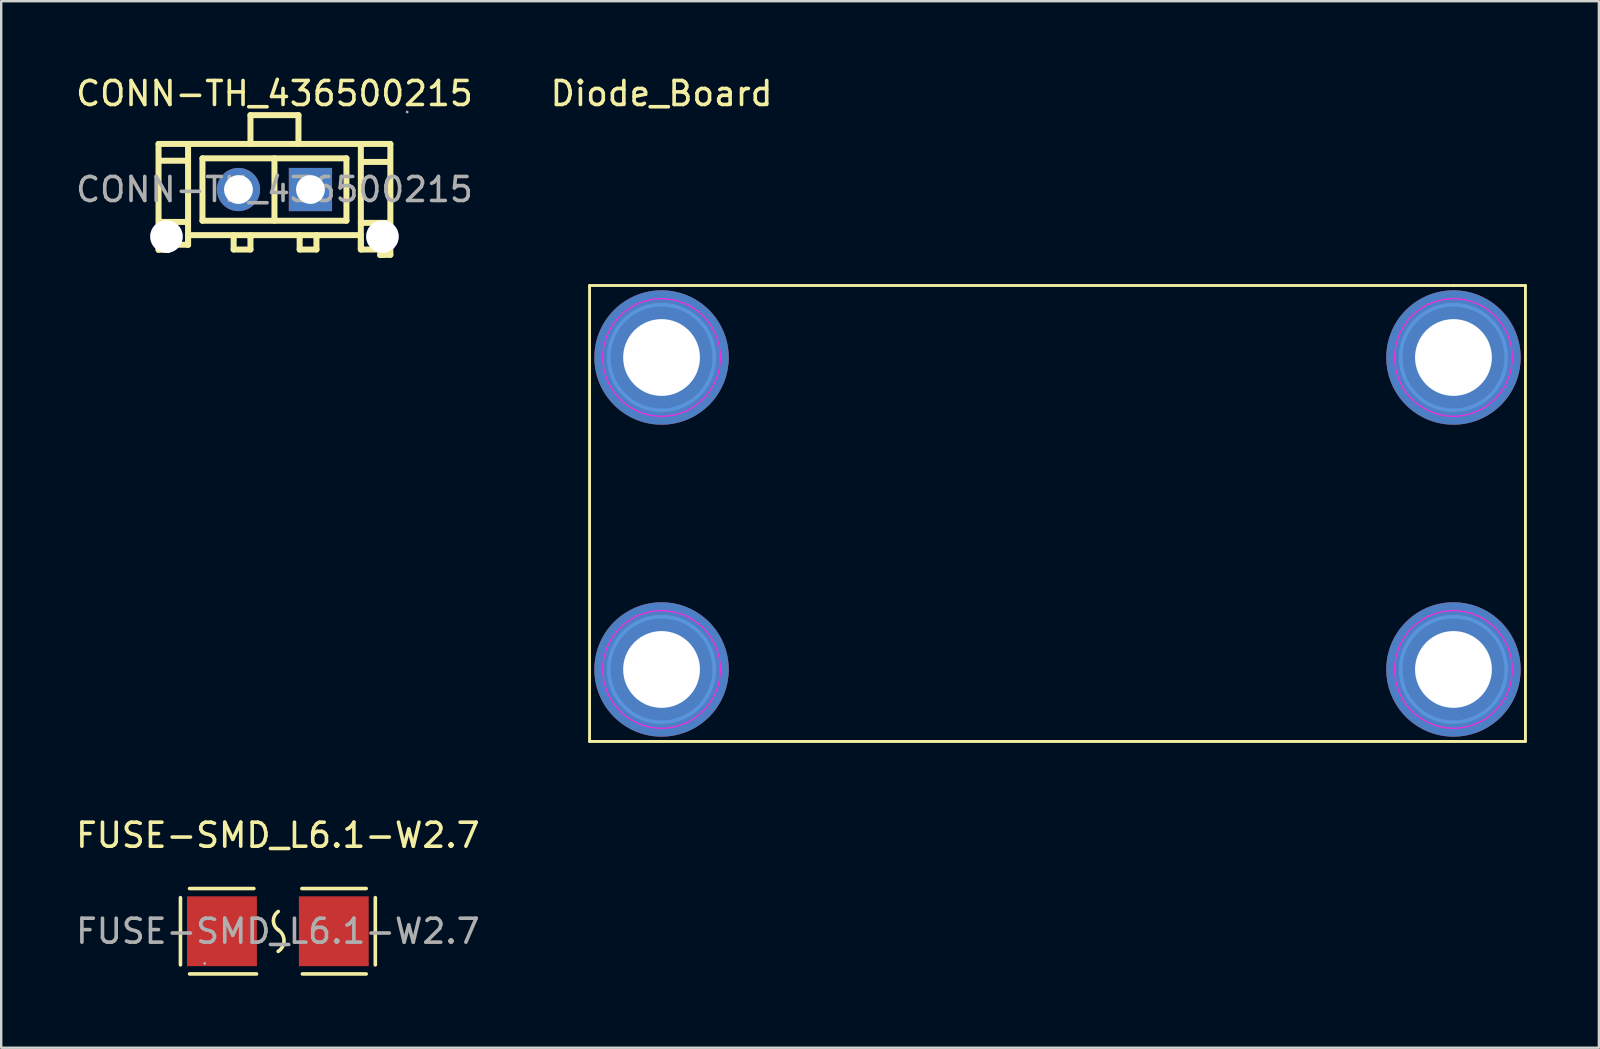
<source format=kicad_pcb>
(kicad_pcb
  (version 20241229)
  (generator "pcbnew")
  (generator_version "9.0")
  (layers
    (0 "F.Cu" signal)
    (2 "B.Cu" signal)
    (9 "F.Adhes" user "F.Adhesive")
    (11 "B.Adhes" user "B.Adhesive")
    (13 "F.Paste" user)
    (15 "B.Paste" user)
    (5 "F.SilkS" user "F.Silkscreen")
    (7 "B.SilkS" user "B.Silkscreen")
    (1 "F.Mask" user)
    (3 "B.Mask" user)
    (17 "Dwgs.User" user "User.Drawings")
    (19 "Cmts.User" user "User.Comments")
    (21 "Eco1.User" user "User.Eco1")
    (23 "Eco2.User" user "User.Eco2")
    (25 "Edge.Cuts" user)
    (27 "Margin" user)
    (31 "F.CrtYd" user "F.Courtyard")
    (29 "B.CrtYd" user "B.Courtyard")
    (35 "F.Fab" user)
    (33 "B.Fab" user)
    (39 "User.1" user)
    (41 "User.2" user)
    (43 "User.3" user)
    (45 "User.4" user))
  (footprint "FUSE-SMD_L6.1-W2.7"
    (layer "F.Cu")
    (at 8.53 35.757)
    (property "Reference" "FUSE-SMD_L6.1-W2.7" (at 0 -4 0) (layer "F.SilkS") (effects (font (size 1 1) (thickness 0.15))))
    (attr smd)
    (fp_line (start -4.06 -1.4) (end -4.06 1.4) (stroke (width 0.15) (type solid)) (layer "F.SilkS"))
    (fp_line (start -3.68 -1.78) (end -1 -1.78) (stroke (width 0.15) (type solid)) (layer "F.SilkS"))
    (fp_line (start -0.89 1.78) (end -3.68 1.78) (stroke (width 0.15) (type solid)) (layer "F.SilkS"))
    (fp_line (start 1.02 1.78) (end 3.68 1.78) (stroke (width 0.15) (type solid)) (layer "F.SilkS"))
    (fp_line (start 3.68 -1.78) (end 1 -1.78) (stroke (width 0.15) (type solid)) (layer "F.SilkS"))
    (fp_line (start 4.06 -1.4) (end 4.06 1.4) (stroke (width 0.15) (type solid)) (layer "F.SilkS"))
    (fp_arc (start 0.01 -0.06) (mid 0.25535 0.389061) (end 0.011576 0.83898) (stroke (width 0.15) (type solid)) (layer "F.SilkS"))
    (fp_arc (start 0.01 -0.06) (mid -0.186143 -0.443212) (end 0.015262 -0.823685) (stroke (width 0.15) (type solid)) (layer "F.SilkS"))
    (fp_circle (center -3.05 1.34) (end -3.02 1.34) (stroke (width 0.06) (type solid)) (fill no) (layer "F.Fab"))
    (fp_text user "${REFERENCE}" (at 0 0 0) (layer "F.Fab") (effects (font (size 1 1) (thickness 0.15))))
    (pad "1" smd rect (at -2.33 0) (size 2.91 2.91) (layers "F.Cu" "F.Mask" "F.Paste"))
    (pad "2" smd rect (at 2.33 0) (size 2.91 2.91) (layers "F.Cu" "F.Mask" "F.Paste")))
  (footprint "CONN-TH_436500215"
    (layer "F.Cu")
    (at 8.387 4.848)
    (property "Reference" "CONN-TH_436500215" (at 0 -4 0) (layer "F.SilkS") (effects (font (size 1 1) (thickness 0.15))))
    (attr through_hole)
    (fp_line (start -4.83 -1.9) (end -4.83 1.86) (stroke (width 0.25) (type solid)) (layer "F.SilkS"))
    (fp_line (start -4.83 1.87) (end -4.4 2.3) (stroke (width 0.25) (type solid)) (layer "F.SilkS"))
    (fp_line (start -4.83 1.88) (end -4.83 2.51) (stroke (width 0.25) (type solid)) (layer "F.SilkS"))
    (fp_line (start -4.83 2.51) (end -4.42 2.51) (stroke (width 0.25) (type solid)) (layer "F.SilkS"))
    (fp_line (start -4.82 1.35) (end -3.62 1.35) (stroke (width 0.25) (type solid)) (layer "F.SilkS"))
    (fp_line (start -4.8 -1.2) (end -3.6 -1.2) (stroke (width 0.25) (type solid)) (layer "F.SilkS"))
    (fp_line (start -4.42 2.51) (end -4.42 2.28) (stroke (width 0.25) (type solid)) (layer "F.SilkS"))
    (fp_line (start -4.4 2.3) (end -3.6 2.3) (stroke (width 0.25) (type solid)) (layer "F.SilkS"))
    (fp_line (start -3.6 -1.88) (end -3.6 2.3) (stroke (width 0.25) (type solid)) (layer "F.SilkS"))
    (fp_line (start -3.6 1.9) (end 3.6 1.9) (stroke (width 0.25) (type solid)) (layer "F.SilkS"))
    (fp_line (start -3.6 2.3) (end -3.6 1.9) (stroke (width 0.25) (type solid)) (layer "F.SilkS"))
    (fp_line (start -3 -1.3) (end 3 -1.3) (stroke (width 0.25) (type solid)) (layer "F.SilkS"))
    (fp_line (start -3 1.3) (end -3 -1.3) (stroke (width 0.25) (type solid)) (layer "F.SilkS"))
    (fp_line (start -1.7 1.9) (end -1.7 2.5) (stroke (width 0.25) (type solid)) (layer "F.SilkS"))
    (fp_line (start -1.7 2.5) (end -1 2.5) (stroke (width 0.25) (type solid)) (layer "F.SilkS"))
    (fp_line (start -1 -3.1) (end 1 -3.1) (stroke (width 0.25) (type solid)) (layer "F.SilkS"))
    (fp_line (start -1 -1.9) (end -1 -3.1) (stroke (width 0.25) (type solid)) (layer "F.SilkS"))
    (fp_line (start -1 2) (end -1 1.9) (stroke (width 0.25) (type solid)) (layer "F.SilkS"))
    (fp_line (start -1 2.5) (end -1 2) (stroke (width 0.25) (type solid)) (layer "F.SilkS"))
    (fp_line (start 0 -1.3) (end 0 1.3) (stroke (width 0.25) (type solid)) (layer "F.SilkS"))
    (fp_line (start 1 -3.1) (end 1 -1.9) (stroke (width 0.25) (type solid)) (layer "F.SilkS"))
    (fp_line (start 1.05 1.9) (end 1.05 2.5) (stroke (width 0.25) (type solid)) (layer "F.SilkS"))
    (fp_line (start 1.05 2.5) (end 1.75 2.5) (stroke (width 0.25) (type solid)) (layer "F.SilkS"))
    (fp_line (start 1.75 2) (end 1.75 1.9) (stroke (width 0.25) (type solid)) (layer "F.SilkS"))
    (fp_line (start 1.75 2.5) (end 1.75 2) (stroke (width 0.25) (type solid)) (layer "F.SilkS"))
    (fp_line (start 3 -1.3) (end 3 1.3) (stroke (width 0.25) (type solid)) (layer "F.SilkS"))
    (fp_line (start 3 1.3) (end -3 1.3) (stroke (width 0.25) (type solid)) (layer "F.SilkS"))
    (fp_line (start 3.6 -1.88) (end 3.6 2.48) (stroke (width 0.25) (type solid)) (layer "F.SilkS"))
    (fp_line (start 3.6 1.39) (end 4.8 1.39) (stroke (width 0.25) (type solid)) (layer "F.SilkS"))
    (fp_line (start 3.6 2.5) (end 3.6 2.1) (stroke (width 0.25) (type solid)) (layer "F.SilkS"))
    (fp_line (start 3.62 -1.15) (end 4.82 -1.15) (stroke (width 0.25) (type solid)) (layer "F.SilkS"))
    (fp_line (start 4.4 2.5) (end 3.6 2.5) (stroke (width 0.25) (type solid)) (layer "F.SilkS"))
    (fp_line (start 4.41 2.73) (end 4.41 2.5) (stroke (width 0.25) (type solid)) (layer "F.SilkS"))
    (fp_line (start 4.83 -1.9) (end -4.83 -1.9) (stroke (width 0.25) (type solid)) (layer "F.SilkS"))
    (fp_line (start 4.83 2.06) (end 4.83 -1.9) (stroke (width 0.25) (type solid)) (layer "F.SilkS"))
    (fp_line (start 4.83 2.07) (end 4.4 2.5) (stroke (width 0.25) (type solid)) (layer "F.SilkS"))
    (fp_line (start 4.83 2.09) (end 4.83 2.72) (stroke (width 0.25) (type solid)) (layer "F.SilkS"))
    (fp_line (start 4.83 2.72) (end 4.41 2.73) (stroke (width 0.25) (type solid)) (layer "F.SilkS"))
    (fp_circle (center -4.5 1.96) (end -4.21 1.96) (stroke (width 0.58) (type solid)) (fill no) (layer "F.Fab"))
    (fp_circle (center -1.5 0) (end -1.25 0) (stroke (width 0.5) (type solid)) (fill no) (layer "F.Fab"))
    (fp_circle (center 1.5 0) (end 1.75 0) (stroke (width 0.5) (type solid)) (fill no) (layer "F.Fab"))
    (fp_circle (center 4.5 1.96) (end 4.79 1.96) (stroke (width 0.58) (type solid)) (fill no) (layer "F.Fab"))
    (fp_circle (center 5.53 -3.23) (end 5.56 -3.23) (stroke (width 0.06) (type solid)) (fill no) (layer "F.Fab"))
    (fp_text user "${REFERENCE}" (at 0 0 0) (layer "F.Fab") (effects (font (size 1 1) (thickness 0.15))))
    (pad "" thru_hole circle (at -4.5 1.96) (size 1.35 1.35) (drill 1.35) (layers "*.Cu" "*.Mask"))
    (pad "" thru_hole circle (at 4.5 1.96) (size 1.35 1.35) (drill 1.35) (layers "*.Cu" "*.Mask"))
    (pad "1" thru_hole rect (at 1.5 0) (size 1.8 1.8) (drill 1.2) (layers "*.Cu" "*.Mask"))
    (pad "2" thru_hole circle (at -1.5 0) (size 1.8 1.8) (drill 1.2) (layers "*.Cu" "*.Mask")))
  (footprint "Diode_Board"
    (layer "F.Cu")
    (at 24.518 11.848)
    (property "Reference" "Diode_Board" (at 0 -11 0) (unlocked yes) (layer "F.SilkS") (effects (font (size 1 1) (thickness 0.15))))
    (attr through_hole)
    (fp_line (start -3 -3) (end -3 16) (stroke (width 0.12) (type default)) (layer "F.SilkS"))
    (fp_line (start -3 16) (end 36 16) (stroke (width 0.12) (type default)) (layer "F.SilkS"))
    (fp_line (start 33 -3) (end -3 -3) (stroke (width 0.12) (type default)) (layer "F.SilkS"))
    (fp_line (start 33 -3) (end 36 -3) (stroke (width 0.12) (type default)) (layer "F.SilkS"))
    (fp_line (start 36 -3) (end 36 16) (stroke (width 0.12) (type default)) (layer "F.SilkS"))
    (fp_circle (center 0 0) (end 2.2 0) (stroke (width 0.15) (type solid)) (fill no) (layer "Cmts.User"))
    (fp_circle (center 0 13) (end 2.2 13) (stroke (width 0.15) (type solid)) (fill no) (layer "Cmts.User"))
    (fp_circle (center 33 0) (end 35.2 0) (stroke (width 0.15) (type solid)) (fill no) (layer "Cmts.User"))
    (fp_circle (center 33 13) (end 35.2 13) (stroke (width 0.15) (type solid)) (fill no) (layer "Cmts.User"))
    (fp_circle (center 0 0) (end 2.45 0) (stroke (width 0.05) (type solid)) (fill no) (layer "F.CrtYd"))
    (fp_circle (center 0 13) (end 2.45 13) (stroke (width 0.05) (type solid)) (fill no) (layer "F.CrtYd"))
    (fp_circle (center 33 0) (end 35.45 0) (stroke (width 0.05) (type solid)) (fill no) (layer "F.CrtYd"))
    (fp_circle (center 33 13) (end 35.45 13) (stroke (width 0.05) (type solid)) (fill no) (layer "F.CrtYd"))
    (pad "1" thru_hole circle (at 0 0) (size 5.6 5.6) (drill 3.2) (layers "*.Cu" "*.Mask"))
    (pad "1" thru_hole circle (at 0 13) (size 5.6 5.6) (drill 3.2) (layers "*.Cu" "*.Mask"))
    (pad "1" thru_hole circle (at 33 0) (size 5.6 5.6) (drill 3.2) (layers "*.Cu" "*.Mask"))
    (pad "1" thru_hole circle (at 33 13) (size 5.6 5.6) (drill 3.2) (layers "*.Cu" "*.Mask")))
  (gr_rect
    (start -3 -3)
    (end 63.578 40.611)
    (stroke (width 0.1) (type default))
    (fill no)
    (layer "Edge.Cuts")))
</source>
